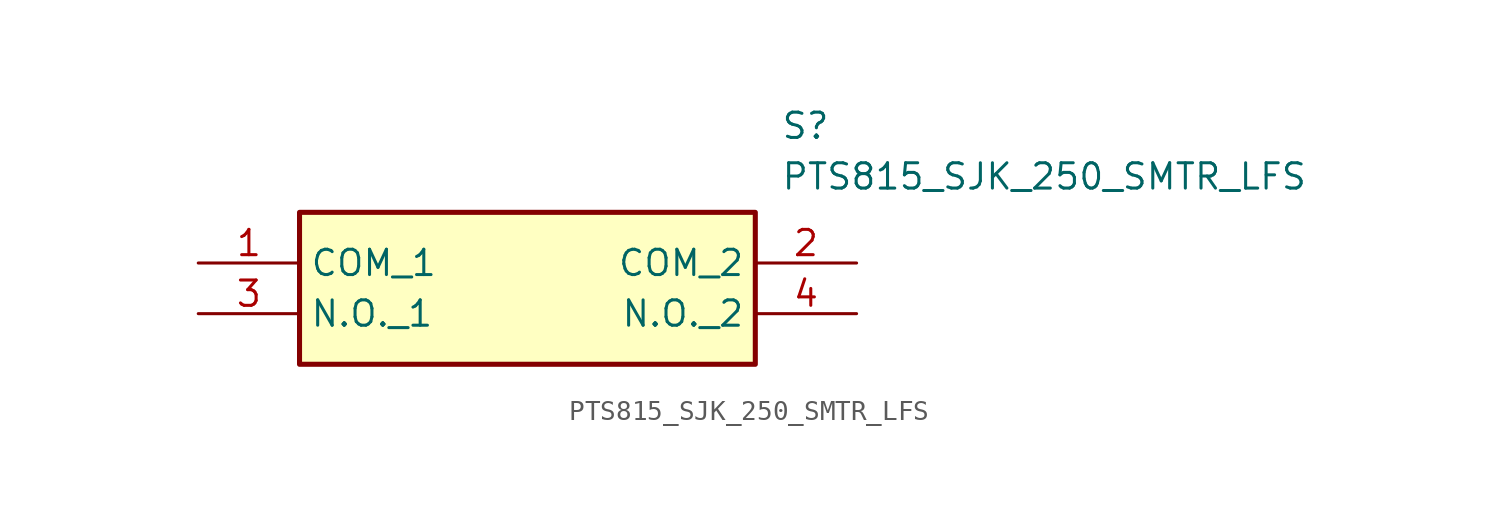
<source format=kicad_sym>
(kicad_symbol_lib
  (version 20211014)
  (generator SamacSys_ECAD_Model)
  (symbol "PTS815_SJK_250_SMTR_LFS"
    (property "Reference" "S"
      (at 29.21 7.62 0)
      (effects (font (size 1.27 1.27)) (justify left top)))
    (property "Value" "PTS815_SJK_250_SMTR_LFS"
      (at 29.21 5.08 0)
      (effects (font (size 1.27 1.27)) (justify left top)))
    (rectangle
      (start 5.08 2.54)
      (end 27.94 -5.08)
      (stroke (width 0.254) (type default))
      (fill (type background)))
    (pin passive line
      (at 0 0 0)
      (length 5.08)
      (name "COM_1" (effects (font (size 1.27 1.27))))
      (number "1" (effects (font (size 1.27 1.27)))))
    (pin passive line
      (at 33.02 0 180)
      (length 5.08)
      (name "COM_2" (effects (font (size 1.27 1.27))))
      (number "2" (effects (font (size 1.27 1.27)))))
    (pin passive line
      (at 0 -2.54 0)
      (length 5.08)
      (name "N.O._1" (effects (font (size 1.27 1.27))))
      (number "3" (effects (font (size 1.27 1.27)))))
    (pin passive line
      (at 33.02 -2.54 180)
      (length 5.08)
      (name "N.O._2" (effects (font (size 1.27 1.27))))
      (number "4" (effects (font (size 1.27 1.27)))))))
</source>
